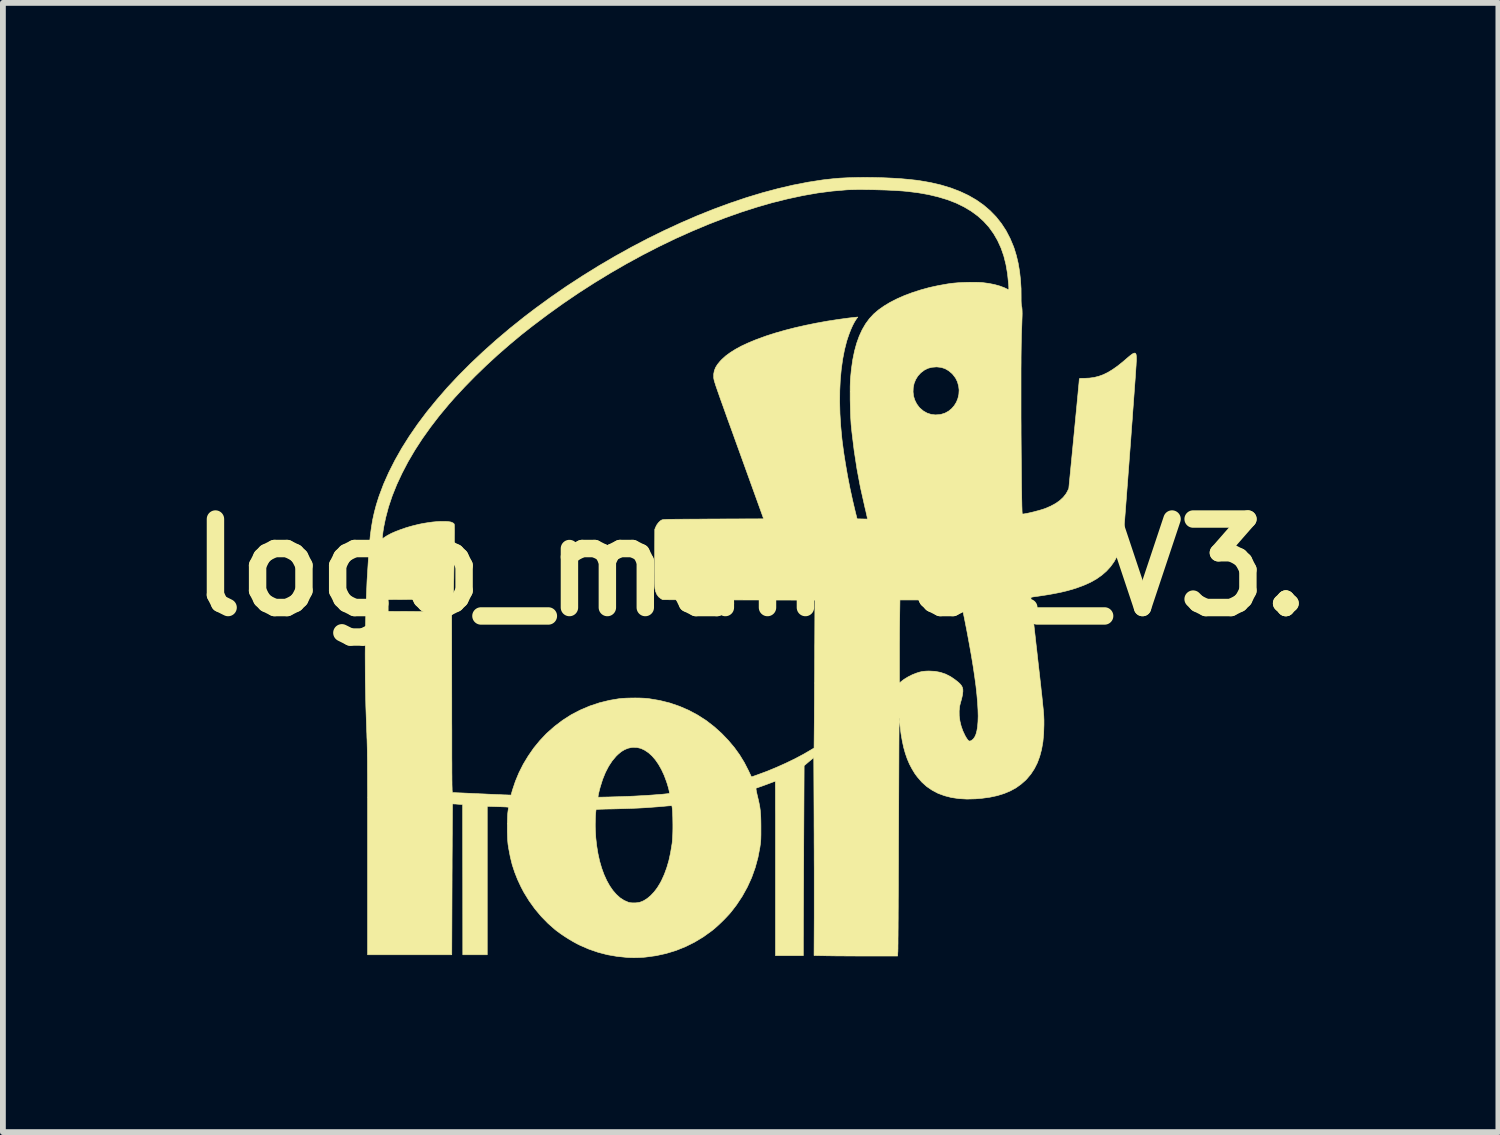
<source format=kicad_pcb>
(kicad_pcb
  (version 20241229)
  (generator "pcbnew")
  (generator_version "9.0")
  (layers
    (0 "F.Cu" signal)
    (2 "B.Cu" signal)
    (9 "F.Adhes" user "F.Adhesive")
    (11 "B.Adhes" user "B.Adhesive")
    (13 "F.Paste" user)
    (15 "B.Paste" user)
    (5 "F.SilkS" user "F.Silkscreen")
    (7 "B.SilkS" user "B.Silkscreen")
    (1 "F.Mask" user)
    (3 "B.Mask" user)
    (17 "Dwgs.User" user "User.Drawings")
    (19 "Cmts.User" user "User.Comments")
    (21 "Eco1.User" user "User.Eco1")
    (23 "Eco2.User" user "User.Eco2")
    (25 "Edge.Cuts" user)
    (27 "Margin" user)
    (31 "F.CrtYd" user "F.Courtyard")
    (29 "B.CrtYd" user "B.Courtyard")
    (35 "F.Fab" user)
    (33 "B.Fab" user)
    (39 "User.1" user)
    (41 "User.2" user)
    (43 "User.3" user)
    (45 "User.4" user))
  (footprint "logo_mamiot_V3."
    (layer "F.Cu")
    (at 9.877 6.723)
    (property "Reference" "logo_mamiot_V3." (at 0 0 0) (layer "F.SilkS") (effects (font (size 1.524 1.524) (thickness 0.3))))
    (attr through_hole)
    (fp_poly (pts (xy 2.127 -6.716) (xy 2.283 -6.712) (xy 2.436 -6.705) (xy 2.585 -6.696) (xy 2.726 -6.683) (xy 2.856 -6.669) (xy 2.906 -6.662) (xy 3.098 -6.629) (xy 3.278 -6.587) (xy 3.447 -6.536) (xy 3.604 -6.476) (xy 3.751 -6.407) (xy 3.886 -6.329) (xy 4.01 -6.242) (xy 4.124 -6.145) (xy 4.226 -6.04) (xy 4.318 -5.924) (xy 4.399 -5.8) (xy 4.469 -5.665) (xy 4.529 -5.522) (xy 4.539 -5.493) (xy 4.576 -5.372) (xy 4.607 -5.241) (xy 4.631 -5.1) (xy 4.647 -4.954) (xy 4.657 -4.803) (xy 4.658 -4.655) (xy 4.658 -4.593) (xy 4.66 -4.546) (xy 4.663 -4.512) (xy 4.666 -4.5) (xy 4.67 -4.484) (xy 4.672 -4.465) (xy 4.674 -4.441) (xy 4.675 -4.411) (xy 4.676 -4.375) (xy 4.675 -4.329) (xy 4.673 -4.273) (xy 4.671 -4.207) (xy 4.668 -4.127) (xy 4.666 -4.093) (xy 4.665 -4.051) (xy 4.663 -4.006) (xy 4.662 -3.957) (xy 4.661 -3.902) (xy 4.66 -3.842) (xy 4.659 -3.775) (xy 4.658 -3.701) (xy 4.657 -3.619) (xy 4.657 -3.527) (xy 4.656 -3.425) (xy 4.656 -3.313) (xy 4.656 -3.188) (xy 4.656 -3.052) (xy 4.656 -2.902) (xy 4.656 -2.838) (xy 4.656 -2.708) (xy 4.656 -2.578) (xy 4.657 -2.447) (xy 4.657 -2.316) (xy 4.658 -2.186) (xy 4.659 -2.059) (xy 4.66 -1.933) (xy 4.661 -1.812) (xy 4.662 -1.695) (xy 4.663 -1.583) (xy 4.664 -1.477) (xy 4.665 -1.377) (xy 4.667 -1.286) (xy 4.668 -1.202) (xy 4.67 -1.128) (xy 4.671 -1.064) (xy 4.673 -1.011) (xy 4.674 -0.97) (xy 4.676 -0.941) (xy 4.677 -0.925) (xy 4.678 -0.922) (xy 4.688 -0.921) (xy 4.709 -0.923) (xy 4.74 -0.929) (xy 4.779 -0.936) (xy 4.823 -0.946) (xy 4.87 -0.957) (xy 4.918 -0.97) (xy 4.965 -0.982) (xy 5.008 -0.995) (xy 5.046 -1.007) (xy 5.07 -1.015) (xy 5.166 -1.056) (xy 5.251 -1.102) (xy 5.324 -1.153) (xy 5.384 -1.209) (xy 5.432 -1.27) (xy 5.454 -1.309) (xy 5.479 -1.361) (xy 5.57 -2.297) (xy 5.581 -2.412) (xy 5.592 -2.524) (xy 5.602 -2.63) (xy 5.612 -2.731) (xy 5.621 -2.826) (xy 5.629 -2.913) (xy 5.637 -2.992) (xy 5.643 -3.062) (xy 5.649 -3.122) (xy 5.654 -3.171) (xy 5.657 -3.209) (xy 5.659 -3.234) (xy 5.66 -3.245) (xy 5.661 -3.246) (xy 5.662 -3.251) (xy 5.667 -3.255) (xy 5.679 -3.257) (xy 5.7 -3.258) (xy 5.732 -3.258) (xy 5.75 -3.258) (xy 5.835 -3.262) (xy 5.916 -3.273) (xy 5.995 -3.293) (xy 6.073 -3.321) (xy 6.151 -3.359) (xy 6.232 -3.408) (xy 6.316 -3.467) (xy 6.405 -3.538) (xy 6.453 -3.579) (xy 6.503 -3.622) (xy 6.543 -3.655) (xy 6.575 -3.678) (xy 6.6 -3.69) (xy 6.618 -3.693) (xy 6.63 -3.685) (xy 6.638 -3.667) (xy 6.642 -3.638) (xy 6.643 -3.599) (xy 6.643 -3.567) (xy 6.642 -3.552) (xy 6.64 -3.523) (xy 6.638 -3.481) (xy 6.634 -3.427) (xy 6.63 -3.363) (xy 6.625 -3.288) (xy 6.619 -3.204) (xy 6.612 -3.112) (xy 6.605 -3.012) (xy 6.597 -2.905) (xy 6.589 -2.793) (xy 6.58 -2.675) (xy 6.572 -2.554) (xy 6.562 -2.429) (xy 6.553 -2.302) (xy 6.544 -2.174) (xy 6.534 -2.044) (xy 6.524 -1.915) (xy 6.515 -1.788) (xy 6.505 -1.662) (xy 6.496 -1.539) (xy 6.487 -1.42) (xy 6.478 -1.305) (xy 6.47 -1.196) (xy 6.462 -1.093) (xy 6.455 -0.997) (xy 6.448 -0.91) (xy 6.442 -0.831) (xy 6.436 -0.762) (xy 6.432 -0.703) (xy 6.428 -0.657) (xy 6.425 -0.622) (xy 6.423 -0.601) (xy 6.422 -0.599) (xy 6.404 -0.481) (xy 6.379 -0.372) (xy 6.345 -0.271) (xy 6.31 -0.192) (xy 6.259 -0.1) (xy 6.198 -0.015) (xy 6.127 0.063) (xy 6.045 0.134) (xy 5.952 0.199) (xy 5.848 0.257) (xy 5.731 0.309) (xy 5.602 0.356) (xy 5.46 0.398) (xy 5.352 0.424) (xy 5.284 0.438) (xy 5.206 0.453) (xy 5.123 0.468) (xy 5.039 0.481) (xy 4.96 0.493) (xy 4.9 0.501) (xy 4.861 0.507) (xy 4.837 0.512) (xy 4.826 0.518) (xy 4.826 0.519) (xy 4.827 0.528) (xy 4.829 0.549) (xy 4.833 0.584) (xy 4.838 0.63) (xy 4.844 0.687) (xy 4.852 0.754) (xy 4.86 0.831) (xy 4.87 0.915) (xy 4.88 1.007) (xy 4.891 1.106) (xy 4.903 1.21) (xy 4.915 1.32) (xy 4.928 1.431) (xy 4.944 1.577) (xy 4.959 1.71) (xy 4.973 1.83) (xy 4.985 1.938) (xy 4.996 2.035) (xy 5.005 2.122) (xy 5.014 2.198) (xy 5.021 2.266) (xy 5.027 2.326) (xy 5.032 2.378) (xy 5.037 2.424) (xy 5.041 2.463) (xy 5.044 2.498) (xy 5.046 2.529) (xy 5.048 2.557) (xy 5.049 2.582) (xy 5.05 2.605) (xy 5.051 2.627) (xy 5.051 2.648) (xy 5.051 2.671) (xy 5.051 2.694) (xy 5.051 2.71) (xy 5.046 2.862) (xy 5.033 3.003) (xy 5.01 3.134) (xy 4.978 3.254) (xy 4.937 3.365) (xy 4.886 3.466) (xy 4.825 3.559) (xy 4.754 3.643) (xy 4.736 3.662) (xy 4.655 3.733) (xy 4.567 3.796) (xy 4.469 3.849) (xy 4.363 3.893) (xy 4.246 3.929) (xy 4.119 3.956) (xy 3.98 3.975) (xy 3.872 3.984) (xy 3.725 3.988) (xy 3.587 3.98) (xy 3.458 3.961) (xy 3.338 3.93) (xy 3.227 3.889) (xy 3.125 3.835) (xy 3.031 3.771) (xy 2.947 3.695) (xy 2.871 3.607) (xy 2.828 3.549) (xy 2.779 3.468) (xy 2.735 3.385) (xy 2.697 3.296) (xy 2.664 3.201) (xy 2.635 3.098) (xy 2.611 2.986) (xy 2.59 2.864) (xy 2.573 2.729) (xy 2.563 2.62) (xy 2.561 2.601) (xy 2.559 2.592) (xy 2.558 2.593) (xy 2.557 2.604) (xy 2.557 2.628) (xy 2.556 2.664) (xy 2.556 2.713) (xy 2.556 2.74) (xy 2.554 3.028) (xy 2.553 3.302) (xy 2.552 3.563) (xy 2.551 3.809) (xy 2.55 4.043) (xy 2.549 4.264) (xy 2.548 4.472) (xy 2.547 4.669) (xy 2.546 4.853) (xy 2.546 5.026) (xy 2.545 5.188) (xy 2.544 5.339) (xy 2.544 5.48) (xy 2.543 5.61) (xy 2.542 5.731) (xy 2.542 5.842) (xy 2.541 5.945) (xy 2.541 6.038) (xy 2.54 6.123) (xy 2.54 6.2) (xy 2.539 6.27) (xy 2.539 6.332) (xy 2.538 6.386) (xy 2.538 6.435) (xy 2.538 6.476) (xy 2.537 6.512) (xy 2.537 6.542) (xy 2.537 6.567) (xy 2.536 6.586) (xy 2.536 6.601) (xy 2.536 6.612) (xy 2.535 6.617) (xy 2.531 6.691) (xy 2.018 6.691) (xy 1.926 6.691) (xy 1.833 6.691) (xy 1.741 6.69) (xy 1.652 6.69) (xy 1.567 6.689) (xy 1.489 6.689) (xy 1.419 6.688) (xy 1.359 6.687) (xy 1.311 6.687) (xy 1.298 6.686) (xy 1.092 6.682) (xy 1.095 6.024) (xy 1.095 5.933) (xy 1.095 5.83) (xy 1.095 5.715) (xy 1.095 5.59) (xy 1.095 5.458) (xy 1.095 5.319) (xy 1.095 5.176) (xy 1.094 5.03) (xy 1.094 4.882) (xy 1.093 4.735) (xy 1.093 4.59) (xy 1.092 4.449) (xy 1.092 4.32) (xy 1.087 3.273) (xy 1.035 3.317) (xy 1.007 3.34) (xy 0.98 3.363) (xy 0.957 3.383) (xy 0.952 3.387) (xy 0.921 3.414) (xy 0.914 4.811) (xy 0.914 4.957) (xy 0.913 5.1) (xy 0.912 5.241) (xy 0.912 5.379) (xy 0.911 5.512) (xy 0.91 5.641) (xy 0.91 5.763) (xy 0.909 5.878) (xy 0.909 5.986) (xy 0.908 6.085) (xy 0.908 6.175) (xy 0.908 6.254) (xy 0.908 6.322) (xy 0.907 6.378) (xy 0.907 6.421) (xy 0.907 6.446) (xy 0.907 6.684) (xy 0.428 6.684) (xy 0.428 5.182) (xy 0.428 5.035) (xy 0.428 4.892) (xy 0.428 4.754) (xy 0.428 4.622) (xy 0.428 4.495) (xy 0.428 4.374) (xy 0.428 4.261) (xy 0.427 4.156) (xy 0.427 4.06) (xy 0.427 3.973) (xy 0.427 3.896) (xy 0.427 3.829) (xy 0.426 3.774) (xy 0.426 3.731) (xy 0.426 3.7) (xy 0.426 3.683) (xy 0.426 3.679) (xy 0.418 3.682) (xy 0.4 3.689) (xy 0.372 3.699) (xy 0.338 3.712) (xy 0.311 3.722) (xy 0.269 3.738) (xy 0.227 3.753) (xy 0.189 3.767) (xy 0.159 3.777) (xy 0.149 3.781) (xy 0.123 3.79) (xy 0.103 3.797) (xy 0.093 3.802) (xy 0.092 3.803) (xy 0.092 3.811) (xy 0.095 3.831) (xy 0.1 3.86) (xy 0.108 3.897) (xy 0.115 3.927) (xy 0.132 3.998) (xy 0.146 4.062) (xy 0.157 4.12) (xy 0.165 4.177) (xy 0.17 4.235) (xy 0.174 4.298) (xy 0.176 4.367) (xy 0.177 4.447) (xy 0.177 4.478) (xy 0.177 4.543) (xy 0.177 4.597) (xy 0.176 4.641) (xy 0.175 4.678) (xy 0.173 4.711) (xy 0.17 4.742) (xy 0.166 4.772) (xy 0.161 4.806) (xy 0.161 4.811) (xy 0.126 4.994) (xy 0.078 5.17) (xy 0.017 5.341) (xy -0.058 5.505) (xy -0.145 5.662) (xy -0.245 5.813) (xy -0.336 5.931) (xy -0.37 5.971) (xy -0.413 6.017) (xy -0.461 6.067) (xy -0.512 6.117) (xy -0.563 6.165) (xy -0.611 6.208) (xy -0.654 6.244) (xy -0.668 6.255) (xy -0.815 6.361) (xy -0.968 6.453) (xy -1.125 6.531) (xy -1.288 6.596) (xy -1.456 6.647) (xy -1.629 6.685) (xy -1.807 6.709) (xy -1.85 6.713) (xy -1.929 6.717) (xy -2.01 6.719) (xy -2.087 6.717) (xy -2.126 6.715) (xy -2.301 6.697) (xy -2.468 6.668) (xy -2.629 6.626) (xy -2.786 6.572) (xy -2.94 6.505) (xy -2.986 6.482) (xy -3.054 6.445) (xy -3.127 6.402) (xy -3.201 6.355) (xy -3.272 6.307) (xy -3.336 6.26) (xy -3.366 6.237) (xy -3.49 6.128) (xy -3.607 6.008) (xy -3.716 5.878) (xy -3.816 5.739) (xy -3.905 5.594) (xy -3.953 5.503) (xy -4.014 5.373) (xy -4.064 5.246) (xy -4.106 5.118) (xy -4.139 4.984) (xy -4.166 4.843) (xy -4.178 4.768) (xy -4.182 4.726) (xy -4.186 4.673) (xy -4.188 4.612) (xy -4.19 4.546) (xy -4.19 4.477) (xy -4.19 4.463) (xy -2.676 4.463) (xy -2.675 4.507) (xy -2.667 4.653) (xy -2.651 4.794) (xy -2.629 4.929) (xy -2.601 5.056) (xy -2.566 5.176) (xy -2.526 5.286) (xy -2.48 5.388) (xy -2.429 5.48) (xy -2.373 5.561) (xy -2.313 5.63) (xy -2.249 5.688) (xy -2.18 5.733) (xy -2.108 5.764) (xy -2.101 5.767) (xy -2.07 5.773) (xy -2.031 5.776) (xy -1.988 5.776) (xy -1.947 5.772) (xy -1.912 5.766) (xy -1.908 5.765) (xy -1.845 5.74) (xy -1.782 5.701) (xy -1.721 5.65) (xy -1.662 5.587) (xy -1.607 5.515) (xy -1.557 5.433) (xy -1.535 5.392) (xy -1.486 5.284) (xy -1.444 5.169) (xy -1.408 5.046) (xy -1.379 4.912) (xy -1.355 4.767) (xy -1.352 4.749) (xy -1.348 4.71) (xy -1.345 4.663) (xy -1.342 4.609) (xy -1.34 4.551) (xy -1.339 4.489) (xy -1.339 4.426) (xy -1.34 4.364) (xy -1.341 4.305) (xy -1.343 4.25) (xy -1.345 4.201) (xy -1.348 4.159) (xy -1.352 4.128) (xy -1.356 4.108) (xy -1.359 4.103) (xy -1.367 4.102) (xy -1.387 4.103) (xy -1.417 4.105) (xy -1.454 4.108) (xy -1.485 4.111) (xy -1.6 4.121) (xy -1.71 4.129) (xy -1.82 4.137) (xy -1.931 4.143) (xy -2.047 4.148) (xy -2.17 4.152) (xy -2.304 4.156) (xy -2.382 4.158) (xy -2.444 4.159) (xy -2.501 4.16) (xy -2.551 4.162) (xy -2.594 4.163) (xy -2.628 4.165) (xy -2.65 4.166) (xy -2.66 4.167) (xy -2.66 4.167) (xy -2.663 4.177) (xy -2.666 4.2) (xy -2.669 4.232) (xy -2.672 4.272) (xy -2.674 4.317) (xy -2.675 4.366) (xy -2.676 4.415) (xy -2.676 4.463) (xy -4.19 4.463) (xy -4.19 4.408) (xy -4.188 4.343) (xy -4.186 4.284) (xy -4.183 4.234) (xy -4.179 4.2) (xy -4.169 4.13) (xy -4.187 4.126) (xy -4.2 4.125) (xy -4.224 4.123) (xy -4.258 4.122) (xy -4.3 4.12) (xy -4.347 4.119) (xy -4.371 4.118) (xy -4.536 4.113) (xy -4.536 6.669) (xy -4.957 6.669) (xy -4.958 5.376) (xy -4.96 4.082) (xy -5.046 4.076) (xy -5.079 4.073) (xy -5.107 4.072) (xy -5.126 4.071) (xy -5.134 4.072) (xy -5.134 4.079) (xy -5.135 4.101) (xy -5.135 4.135) (xy -5.135 4.182) (xy -5.136 4.24) (xy -5.136 4.309) (xy -5.137 4.388) (xy -5.138 4.477) (xy -5.138 4.574) (xy -5.139 4.679) (xy -5.139 4.792) (xy -5.14 4.911) (xy -5.141 5.036) (xy -5.141 5.165) (xy -5.142 5.299) (xy -5.142 5.372) (xy -5.147 6.669) (xy -6.597 6.669) (xy -6.597 4.926) (xy -6.597 4.736) (xy -6.597 4.559) (xy -6.597 4.396) (xy -6.597 4.245) (xy -6.597 4.107) (xy -6.597 3.979) (xy -6.597 3.938) (xy -2.627 3.938) (xy -2.627 3.956) (xy -2.437 3.952) (xy -2.372 3.95) (xy -2.301 3.948) (xy -2.227 3.946) (xy -2.157 3.943) (xy -2.094 3.941) (xy -2.076 3.94) (xy -2.006 3.937) (xy -1.934 3.933) (xy -1.86 3.929) (xy -1.787 3.925) (xy -1.717 3.92) (xy -1.649 3.915) (xy -1.587 3.91) (xy -1.531 3.906) (xy -1.483 3.901) (xy -1.444 3.897) (xy -1.417 3.894) (xy -1.402 3.891) (xy -1.401 3.89) (xy -1.398 3.88) (xy -1.401 3.858) (xy -1.408 3.825) (xy -1.419 3.783) (xy -1.434 3.732) (xy -1.448 3.689) (xy -1.489 3.579) (xy -1.535 3.48) (xy -1.586 3.39) (xy -1.64 3.312) (xy -1.698 3.245) (xy -1.759 3.19) (xy -1.823 3.147) (xy -1.888 3.116) (xy -1.955 3.1) (xy -2.023 3.097) (xy -2.05 3.099) (xy -2.113 3.113) (xy -2.171 3.137) (xy -2.228 3.171) (xy -2.284 3.218) (xy -2.318 3.251) (xy -2.385 3.331) (xy -2.446 3.424) (xy -2.501 3.53) (xy -2.549 3.648) (xy -2.59 3.779) (xy -2.602 3.823) (xy -2.611 3.86) (xy -2.619 3.893) (xy -2.624 3.92) (xy -2.627 3.936) (xy -2.627 3.938) (xy -6.597 3.938) (xy -6.597 3.862) (xy -6.598 3.755) (xy -6.598 3.657) (xy -6.598 3.568) (xy -6.599 3.487) (xy -6.599 3.413) (xy -6.599 3.346) (xy -6.6 3.284) (xy -6.601 3.228) (xy -6.601 3.177) (xy -6.602 3.129) (xy -6.603 3.085) (xy -6.604 3.044) (xy -6.605 3.004) (xy -6.606 2.966) (xy -6.608 2.929) (xy -6.609 2.892) (xy -6.61 2.854) (xy -6.611 2.838) (xy -6.627 2.38) (xy -6.636 1.931) (xy -6.638 1.49) (xy -6.634 1.059) (xy -6.626 0.755) (xy -6.415 0.755) (xy -5.782 0.757) (xy -5.149 0.758) (xy -5.147 2.317) (xy -5.147 2.494) (xy -5.147 2.658) (xy -5.146 2.808) (xy -5.146 2.945) (xy -5.146 3.07) (xy -5.146 3.183) (xy -5.146 3.285) (xy -5.145 3.377) (xy -5.145 3.458) (xy -5.145 3.531) (xy -5.144 3.594) (xy -5.144 3.65) (xy -5.143 3.697) (xy -5.143 3.738) (xy -5.142 3.771) (xy -5.141 3.799) (xy -5.141 3.822) (xy -5.14 3.839) (xy -5.139 3.853) (xy -5.138 3.863) (xy -5.137 3.869) (xy -5.135 3.873) (xy -5.134 3.875) (xy -5.133 3.876) (xy -5.133 3.876) (xy -5.123 3.876) (xy -5.101 3.877) (xy -5.066 3.879) (xy -5.021 3.881) (xy -4.967 3.883) (xy -4.904 3.886) (xy -4.834 3.889) (xy -4.759 3.893) (xy -4.68 3.896) (xy -4.67 3.897) (xy -4.589 3.9) (xy -4.511 3.904) (xy -4.438 3.907) (xy -4.371 3.91) (xy -4.311 3.912) (xy -4.26 3.915) (xy -4.219 3.916) (xy -4.19 3.917) (xy -4.173 3.918) (xy -4.173 3.918) (xy -4.126 3.919) (xy -4.102 3.833) (xy -4.052 3.684) (xy -3.99 3.535) (xy -3.916 3.388) (xy -3.83 3.246) (xy -3.736 3.11) (xy -3.632 2.983) (xy -3.522 2.866) (xy -3.514 2.858) (xy -3.379 2.738) (xy -3.238 2.631) (xy -3.09 2.536) (xy -2.934 2.455) (xy -2.772 2.386) (xy -2.604 2.33) (xy -2.429 2.287) (xy -2.268 2.26) (xy -2.21 2.254) (xy -2.142 2.25) (xy -2.066 2.248) (xy -1.988 2.247) (xy -1.911 2.248) (xy -1.838 2.251) (xy -1.774 2.256) (xy -1.745 2.26) (xy -1.566 2.29) (xy -1.393 2.333) (xy -1.226 2.39) (xy -1.066 2.459) (xy -0.913 2.541) (xy -0.766 2.635) (xy -0.627 2.743) (xy -0.499 2.858) (xy -0.385 2.977) (xy -0.282 3.099) (xy -0.191 3.225) (xy -0.109 3.359) (xy -0.035 3.503) (xy -0.033 3.508) (xy 0.014 3.607) (xy 0.118 3.57) (xy 0.281 3.51) (xy 0.445 3.442) (xy 0.606 3.37) (xy 0.761 3.295) (xy 0.908 3.217) (xy 1.001 3.163) (xy 1.092 3.109) (xy 1.097 2.565) (xy 1.097 2.474) (xy 1.098 2.37) (xy 1.099 2.257) (xy 1.099 2.135) (xy 1.1 2.008) (xy 1.101 1.878) (xy 1.102 1.746) (xy 1.102 1.615) (xy 1.103 1.548) (xy 2.562 1.548) (xy 2.562 1.99) (xy 2.587 1.968) (xy 2.643 1.925) (xy 2.71 1.884) (xy 2.783 1.847) (xy 2.857 1.818) (xy 2.908 1.802) (xy 2.945 1.793) (xy 2.978 1.788) (xy 3.014 1.785) (xy 3.057 1.783) (xy 3.073 1.783) (xy 3.175 1.788) (xy 3.269 1.806) (xy 3.358 1.836) (xy 3.444 1.88) (xy 3.516 1.929) (xy 3.565 1.967) (xy 3.602 2) (xy 3.628 2.031) (xy 3.645 2.062) (xy 3.654 2.096) (xy 3.655 2.133) (xy 3.65 2.178) (xy 3.648 2.193) (xy 3.64 2.231) (xy 3.63 2.272) (xy 3.62 2.308) (xy 3.617 2.315) (xy 3.599 2.389) (xy 3.591 2.47) (xy 3.592 2.556) (xy 3.604 2.644) (xy 3.625 2.731) (xy 3.655 2.816) (xy 3.693 2.896) (xy 3.715 2.934) (xy 3.735 2.963) (xy 3.751 2.981) (xy 3.766 2.989) (xy 3.781 2.988) (xy 3.8 2.98) (xy 3.801 2.98) (xy 3.832 2.956) (xy 3.858 2.921) (xy 3.88 2.873) (xy 3.896 2.813) (xy 3.908 2.741) (xy 3.915 2.656) (xy 3.918 2.558) (xy 3.915 2.448) (xy 3.908 2.325) (xy 3.896 2.189) (xy 3.88 2.04) (xy 3.858 1.878) (xy 3.832 1.703) (xy 3.801 1.515) (xy 3.765 1.313) (xy 3.725 1.098) (xy 3.68 0.869) (xy 3.657 0.76) (xy 3.647 0.711) (xy 3.638 0.666) (xy 3.63 0.628) (xy 3.623 0.597) (xy 3.619 0.578) (xy 3.617 0.572) (xy 3.616 0.569) (xy 3.612 0.567) (xy 3.606 0.565) (xy 3.596 0.564) (xy 3.581 0.562) (xy 3.561 0.561) (xy 3.533 0.561) (xy 3.498 0.56) (xy 3.454 0.56) (xy 3.4 0.559) (xy 3.335 0.559) (xy 3.259 0.559) (xy 3.17 0.559) (xy 3.092 0.559) (xy 2.571 0.559) (xy 2.567 0.832) (xy 2.566 0.893) (xy 2.565 0.965) (xy 2.564 1.047) (xy 2.563 1.136) (xy 2.563 1.229) (xy 2.562 1.324) (xy 2.562 1.419) (xy 2.562 1.51) (xy 2.562 1.548) (xy 1.103 1.548) (xy 1.103 1.488) (xy 1.103 1.366) (xy 1.104 1.292) (xy 1.107 0.562) (xy -0.203 0.559) (xy -1.513 0.555) (xy -1.546 0.536) (xy -1.585 0.505) (xy -1.616 0.462) (xy -1.638 0.409) (xy -1.647 0.369) (xy -1.649 0.352) (xy -1.651 0.321) (xy -1.652 0.278) (xy -1.653 0.222) (xy -1.653 0.152) (xy -1.654 0.069) (xy -1.654 -0.028) (xy -1.653 -0.14) (xy -1.653 -0.167) (xy -1.651 -0.657) (xy -1.634 -0.698) (xy -1.614 -0.737) (xy -1.586 -0.774) (xy -1.556 -0.803) (xy -1.533 -0.817) (xy -1.529 -0.819) (xy -1.523 -0.821) (xy -1.516 -0.823) (xy -1.506 -0.824) (xy -1.492 -0.826) (xy -1.474 -0.827) (xy -1.452 -0.828) (xy -1.423 -0.829) (xy -1.389 -0.83) (xy -1.346 -0.83) (xy -1.296 -0.831) (xy -1.236 -0.831) (xy -1.167 -0.832) (xy -1.088 -0.832) (xy -0.997 -0.833) (xy -0.894 -0.833) (xy -0.778 -0.834) (xy -0.648 -0.835) (xy -0.641 -0.835) (xy 0.224 -0.838) (xy -0.204 -2.025) (xy -0.258 -2.174) (xy -0.307 -2.311) (xy -0.352 -2.435) (xy -0.393 -2.547) (xy -0.429 -2.648) (xy -0.461 -2.738) (xy -0.49 -2.819) (xy -0.516 -2.891) (xy -0.538 -2.953) (xy -0.557 -3.008) (xy -0.574 -3.056) (xy -0.588 -3.097) (xy -0.6 -3.131) (xy -0.609 -3.161) (xy -0.617 -3.185) (xy -0.623 -3.205) (xy -0.628 -3.222) (xy -0.631 -3.236) (xy -0.633 -3.247) (xy -0.635 -3.257) (xy -0.636 -3.265) (xy -0.636 -3.274) (xy -0.636 -3.274) (xy -0.636 -3.334) (xy -0.625 -3.39) (xy -0.604 -3.444) (xy -0.571 -3.497) (xy -0.525 -3.553) (xy -0.494 -3.585) (xy -0.428 -3.645) (xy -0.35 -3.702) (xy -0.261 -3.758) (xy -0.16 -3.813) (xy -0.046 -3.866) (xy 0.081 -3.919) (xy 0.222 -3.971) (xy 0.272 -3.989) (xy 0.425 -4.038) (xy 0.59 -4.085) (xy 0.765 -4.13) (xy 0.946 -4.171) (xy 1.133 -4.209) (xy 1.321 -4.243) (xy 1.509 -4.272) (xy 1.695 -4.297) (xy 1.795 -4.308) (xy 1.845 -4.313) (xy 1.819 -4.277) (xy 1.788 -4.228) (xy 1.756 -4.167) (xy 1.725 -4.097) (xy 1.695 -4.02) (xy 1.667 -3.939) (xy 1.654 -3.898) (xy 1.616 -3.749) (xy 1.585 -3.589) (xy 1.561 -3.418) (xy 1.544 -3.237) (xy 1.535 -3.048) (xy 1.533 -2.851) (xy 1.538 -2.647) (xy 1.551 -2.437) (xy 1.571 -2.223) (xy 1.579 -2.155) (xy 1.604 -1.969) (xy 1.635 -1.774) (xy 1.67 -1.572) (xy 1.71 -1.367) (xy 1.754 -1.164) (xy 1.801 -0.965) (xy 1.82 -0.889) (xy 1.833 -0.838) (xy 1.923 -0.836) (xy 2.012 -0.834) (xy 2.008 -0.858) (xy 2.006 -0.871) (xy 2 -0.897) (xy 1.992 -0.932) (xy 1.983 -0.974) (xy 1.971 -1.022) (xy 1.961 -1.067) (xy 1.89 -1.383) (xy 1.831 -1.697) (xy 1.783 -2.011) (xy 1.744 -2.33) (xy 1.73 -2.467) (xy 1.727 -2.518) (xy 1.723 -2.58) (xy 1.72 -2.651) (xy 1.718 -2.728) (xy 1.716 -2.808) (xy 1.714 -2.89) (xy 1.714 -2.97) (xy 1.714 -3.025) (xy 2.797 -3.025) (xy 2.805 -2.953) (xy 2.826 -2.884) (xy 2.859 -2.818) (xy 2.903 -2.758) (xy 2.918 -2.743) (xy 2.975 -2.695) (xy 3.039 -2.659) (xy 3.107 -2.637) (xy 3.18 -2.628) (xy 3.256 -2.633) (xy 3.281 -2.638) (xy 3.348 -2.659) (xy 3.408 -2.692) (xy 3.462 -2.736) (xy 3.507 -2.788) (xy 3.544 -2.848) (xy 3.57 -2.914) (xy 3.586 -2.984) (xy 3.59 -3.057) (xy 3.582 -3.124) (xy 3.561 -3.199) (xy 3.528 -3.265) (xy 3.482 -3.325) (xy 3.466 -3.342) (xy 3.408 -3.39) (xy 3.347 -3.425) (xy 3.281 -3.446) (xy 3.209 -3.454) (xy 3.196 -3.454) (xy 3.12 -3.448) (xy 3.052 -3.43) (xy 2.989 -3.398) (xy 2.93 -3.353) (xy 2.929 -3.352) (xy 2.879 -3.297) (xy 2.841 -3.235) (xy 2.814 -3.167) (xy 2.8 -3.097) (xy 2.797 -3.025) (xy 1.714 -3.025) (xy 1.714 -3.047) (xy 1.714 -3.118) (xy 1.716 -3.181) (xy 1.718 -3.232) (xy 1.719 -3.251) (xy 1.736 -3.422) (xy 1.759 -3.581) (xy 1.789 -3.727) (xy 1.826 -3.862) (xy 1.87 -3.984) (xy 1.921 -4.095) (xy 1.979 -4.195) (xy 2.045 -4.285) (xy 2.118 -4.364) (xy 2.12 -4.366) (xy 2.202 -4.436) (xy 2.297 -4.503) (xy 2.403 -4.567) (xy 2.521 -4.627) (xy 2.648 -4.683) (xy 2.784 -4.734) (xy 2.927 -4.78) (xy 3.076 -4.821) (xy 3.231 -4.855) (xy 3.389 -4.883) (xy 3.447 -4.892) (xy 3.506 -4.898) (xy 3.575 -4.904) (xy 3.649 -4.908) (xy 3.726 -4.911) (xy 3.802 -4.912) (xy 3.874 -4.912) (xy 3.939 -4.91) (xy 3.993 -4.907) (xy 3.995 -4.906) (xy 4.102 -4.892) (xy 4.202 -4.872) (xy 4.292 -4.847) (xy 4.371 -4.817) (xy 4.398 -4.804) (xy 4.421 -4.793) (xy 4.438 -4.786) (xy 4.446 -4.784) (xy 4.446 -4.784) (xy 4.446 -4.792) (xy 4.446 -4.812) (xy 4.445 -4.841) (xy 4.443 -4.876) (xy 4.441 -4.892) (xy 4.424 -5.059) (xy 4.397 -5.216) (xy 4.36 -5.364) (xy 4.312 -5.502) (xy 4.253 -5.631) (xy 4.184 -5.75) (xy 4.105 -5.86) (xy 4.014 -5.961) (xy 3.912 -6.053) (xy 3.799 -6.136) (xy 3.675 -6.21) (xy 3.54 -6.276) (xy 3.393 -6.333) (xy 3.234 -6.381) (xy 3.064 -6.422) (xy 2.882 -6.454) (xy 2.696 -6.477) (xy 2.62 -6.484) (xy 2.533 -6.49) (xy 2.438 -6.495) (xy 2.338 -6.5) (xy 2.233 -6.503) (xy 2.128 -6.506) (xy 2.025 -6.508) (xy 1.925 -6.509) (xy 1.831 -6.509) (xy 1.747 -6.507) (xy 1.673 -6.505) (xy 1.644 -6.503) (xy 1.402 -6.482) (xy 1.154 -6.45) (xy 0.899 -6.405) (xy 0.639 -6.349) (xy 0.373 -6.283) (xy 0.103 -6.205) (xy -0.171 -6.117) (xy -0.447 -6.019) (xy -0.726 -5.911) (xy -1.007 -5.793) (xy -1.289 -5.667) (xy -1.571 -5.531) (xy -1.852 -5.387) (xy -2.133 -5.234) (xy -2.412 -5.073) (xy -2.688 -4.905) (xy -2.962 -4.729) (xy -3.231 -4.546) (xy -3.496 -4.356) (xy -3.756 -4.16) (xy -3.948 -4.009) (xy -4.153 -3.838) (xy -4.355 -3.662) (xy -4.553 -3.48) (xy -4.743 -3.296) (xy -4.925 -3.11) (xy -5.096 -2.926) (xy -5.193 -2.816) (xy -5.359 -2.617) (xy -5.512 -2.418) (xy -5.654 -2.219) (xy -5.783 -2.02) (xy -5.9 -1.821) (xy -6.003 -1.624) (xy -6.094 -1.429) (xy -6.172 -1.235) (xy -6.236 -1.044) (xy -6.286 -0.856) (xy -6.317 -0.706) (xy -6.324 -0.663) (xy -6.331 -0.62) (xy -6.336 -0.581) (xy -6.34 -0.551) (xy -6.34 -0.547) (xy -6.345 -0.492) (xy -6.308 -0.518) (xy -6.254 -0.553) (xy -6.187 -0.588) (xy -6.109 -0.622) (xy -6.022 -0.655) (xy -5.929 -0.687) (xy -5.831 -0.715) (xy -5.73 -0.74) (xy -5.719 -0.743) (xy -5.639 -0.759) (xy -5.558 -0.772) (xy -5.479 -0.783) (xy -5.403 -0.79) (xy -5.332 -0.794) (xy -5.268 -0.794) (xy -5.214 -0.791) (xy -5.171 -0.785) (xy -5.153 -0.78) (xy -5.125 -0.767) (xy -5.109 -0.754) (xy -5.105 -0.747) (xy -5.104 -0.739) (xy -5.102 -0.72) (xy -5.102 -0.691) (xy -5.101 -0.65) (xy -5.101 -0.598) (xy -5.102 -0.534) (xy -5.102 -0.457) (xy -5.103 -0.368) (xy -5.105 -0.265) (xy -5.107 -0.148) (xy -5.107 -0.094) (xy -5.109 0.000368) (xy -5.111 0.091) (xy -5.112 0.176) (xy -5.114 0.255) (xy -5.115 0.327) (xy -5.116 0.39) (xy -5.118 0.444) (xy -5.119 0.487) (xy -5.12 0.519) (xy -5.121 0.539) (xy -5.121 0.544) (xy -5.129 0.545) (xy -5.15 0.545) (xy -5.183 0.546) (xy -5.228 0.547) (xy -5.284 0.547) (xy -5.348 0.548) (xy -5.421 0.548) (xy -5.501 0.549) (xy -5.587 0.549) (xy -5.679 0.55) (xy -5.765 0.55) (xy -6.406 0.553) (xy -6.411 0.59) (xy -6.413 0.616) (xy -6.414 0.649) (xy -6.415 0.684) (xy -6.415 0.691) (xy -6.415 0.755) (xy -6.626 0.755) (xy -6.623 0.638) (xy -6.606 0.228) (xy -6.581 -0.17) (xy -6.564 -0.403) (xy -6.55 -0.552) (xy -6.531 -0.691) (xy -6.509 -0.822) (xy -6.481 -0.949) (xy -6.448 -1.074) (xy -6.408 -1.202) (xy -6.397 -1.234) (xy -6.321 -1.436) (xy -6.23 -1.641) (xy -6.126 -1.846) (xy -6.009 -2.053) (xy -5.878 -2.261) (xy -5.734 -2.47) (xy -5.577 -2.679) (xy -5.407 -2.887) (xy -5.226 -3.096) (xy -5.032 -3.303) (xy -4.826 -3.51) (xy -4.609 -3.715) (xy -4.381 -3.919) (xy -4.142 -4.121) (xy -3.892 -4.321) (xy -3.705 -4.463) (xy -3.44 -4.656) (xy -3.171 -4.842) (xy -2.896 -5.021) (xy -2.619 -5.193) (xy -2.338 -5.358) (xy -2.055 -5.515) (xy -1.771 -5.664) (xy -1.486 -5.804) (xy -1.2 -5.936) (xy -0.916 -6.059) (xy -0.633 -6.172) (xy -0.353 -6.275) (xy -0.075 -6.369) (xy 0.199 -6.452) (xy 0.468 -6.524) (xy 0.733 -6.586) (xy 0.991 -6.636) (xy 1.243 -6.675) (xy 1.412 -6.694) (xy 1.537 -6.705) (xy 1.675 -6.712) (xy 1.82 -6.716) (xy 1.972 -6.718) (xy 2.127 -6.716)) (stroke (width 0.01) (type solid)) (fill yes) (layer "F.SilkS")))
  (gr_rect
    (start -3 -3)
    (end 22.754 16.446)
    (stroke (width 0.1) (type default))
    (fill no)
    (layer "Edge.Cuts")))
</source>
